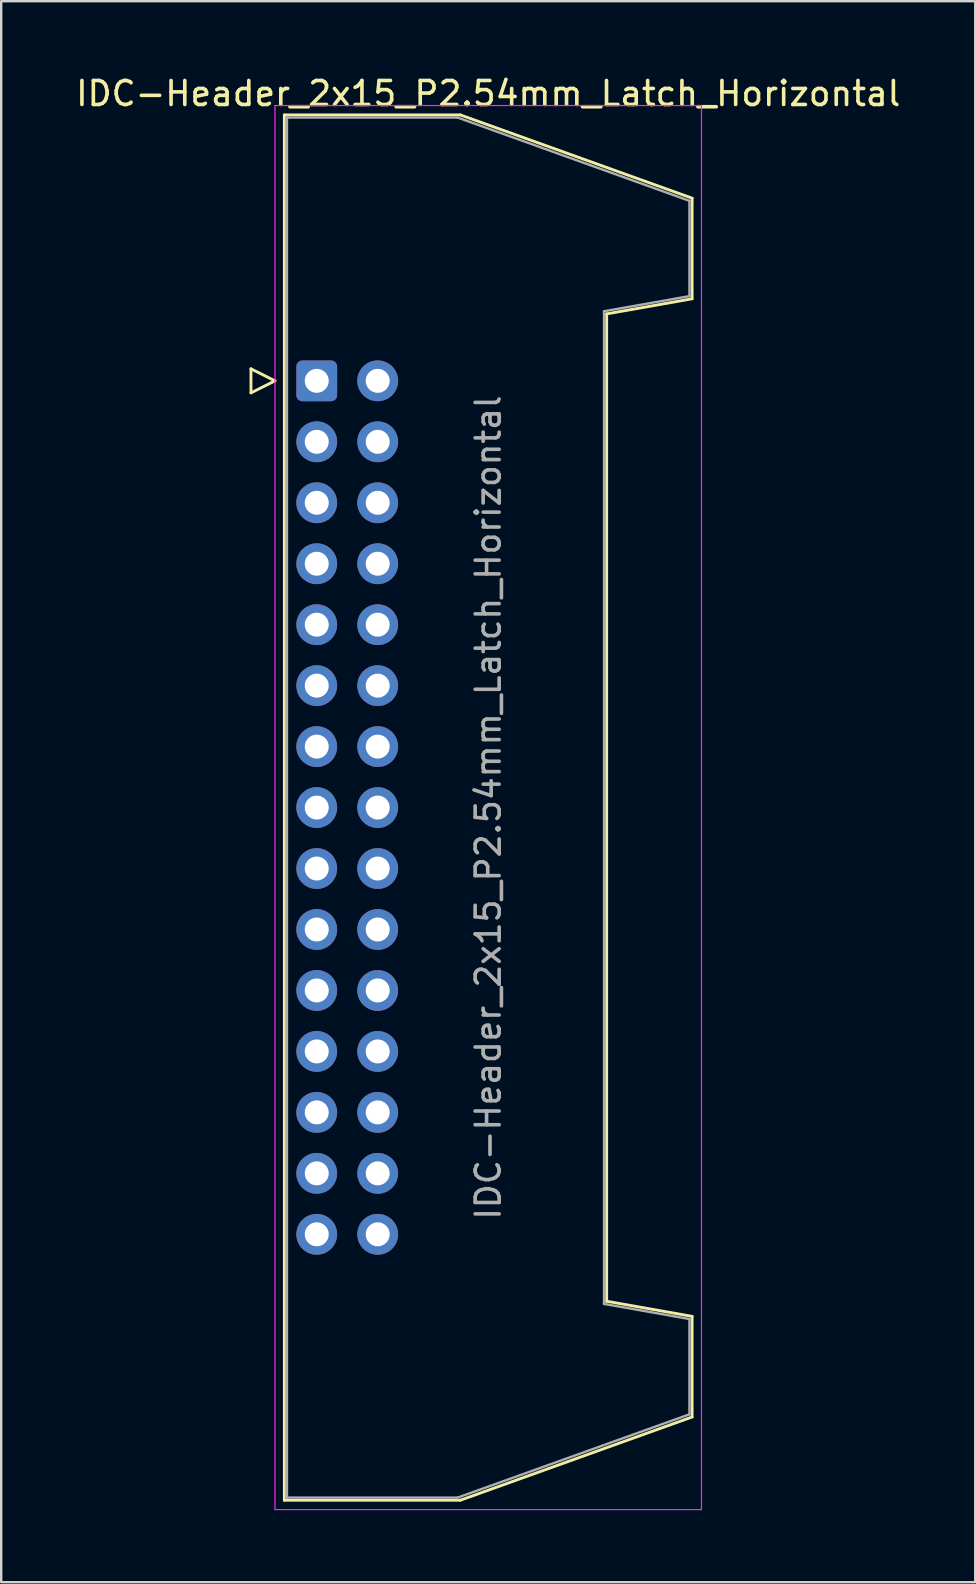
<source format=kicad_pcb>
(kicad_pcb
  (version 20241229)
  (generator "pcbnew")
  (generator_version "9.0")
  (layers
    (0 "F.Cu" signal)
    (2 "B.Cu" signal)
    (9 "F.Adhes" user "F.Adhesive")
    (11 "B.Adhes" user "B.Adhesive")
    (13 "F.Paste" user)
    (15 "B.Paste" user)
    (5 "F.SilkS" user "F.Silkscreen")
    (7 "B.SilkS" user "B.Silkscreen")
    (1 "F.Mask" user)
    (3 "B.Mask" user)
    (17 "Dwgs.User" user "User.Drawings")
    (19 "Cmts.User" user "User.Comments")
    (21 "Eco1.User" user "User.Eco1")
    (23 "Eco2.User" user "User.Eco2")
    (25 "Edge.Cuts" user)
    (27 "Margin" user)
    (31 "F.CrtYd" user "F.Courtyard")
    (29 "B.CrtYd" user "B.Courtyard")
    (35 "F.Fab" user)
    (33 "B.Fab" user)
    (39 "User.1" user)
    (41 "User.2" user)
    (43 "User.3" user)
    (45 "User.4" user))
  (footprint "IDC-Header_2x15_P2.54mm_Latch_Horizontal"
    (layer "F.Cu")
    (at 10.147 12.818)
    (property "Reference" "IDC-Header_2x15_P2.54mm_Latch_Horizontal" (at 7.145 -11.97 0) (layer "F.SilkS") (effects (font (size 1 1) (thickness 0.15))))
    (attr through_hole)
    (fp_line (start -2.74 -0.5) (end -2.74 0.5) (stroke (width 0.12) (type solid)) (layer "F.SilkS"))
    (fp_line (start -2.74 0.5) (end -1.74 0) (stroke (width 0.12) (type solid)) (layer "F.SilkS"))
    (fp_line (start -1.74 0) (end -2.74 -0.5) (stroke (width 0.12) (type solid)) (layer "F.SilkS"))
    (fp_line (start -1.35 -11.08) (end 5.98 -11.08) (stroke (width 0.12) (type solid)) (layer "F.SilkS"))
    (fp_line (start -1.35 46.64) (end -1.35 -11.08) (stroke (width 0.12) (type solid)) (layer "F.SilkS"))
    (fp_line (start 5.98 -11.08) (end 15.64 -7.61) (stroke (width 0.12) (type solid)) (layer "F.SilkS"))
    (fp_line (start 5.98 46.64) (end -1.35 46.64) (stroke (width 0.12) (type solid)) (layer "F.SilkS"))
    (fp_line (start 12.08 -2.79) (end 12.08 38.35) (stroke (width 0.12) (type solid)) (layer "F.SilkS"))
    (fp_line (start 12.08 38.35) (end 15.64 38.98) (stroke (width 0.12) (type solid)) (layer "F.SilkS"))
    (fp_line (start 15.64 -7.61) (end 15.64 -3.42) (stroke (width 0.12) (type solid)) (layer "F.SilkS"))
    (fp_line (start 15.64 -3.42) (end 12.08 -2.79) (stroke (width 0.12) (type solid)) (layer "F.SilkS"))
    (fp_line (start 15.64 38.98) (end 15.64 43.17) (stroke (width 0.12) (type solid)) (layer "F.SilkS"))
    (fp_line (start 15.64 43.17) (end 5.98 46.64) (stroke (width 0.12) (type solid)) (layer "F.SilkS"))
    (fp_line (start -1.74 -11.47) (end -1.74 47.03) (stroke (width 0.05) (type solid)) (layer "F.CrtYd"))
    (fp_line (start -1.74 47.03) (end 16.03 47.03) (stroke (width 0.05) (type solid)) (layer "F.CrtYd"))
    (fp_line (start 16.03 -11.47) (end -1.74 -11.47) (stroke (width 0.05) (type solid)) (layer "F.CrtYd"))
    (fp_line (start 16.03 47.03) (end 16.03 -11.47) (stroke (width 0.05) (type solid)) (layer "F.CrtYd"))
    (fp_line (start -1.24 -10.97) (end 5.87 -10.97) (stroke (width 0.1) (type solid)) (layer "F.Fab"))
    (fp_line (start -1.24 46.53) (end -1.24 -10.97) (stroke (width 0.1) (type solid)) (layer "F.Fab"))
    (fp_line (start 5.87 -10.97) (end 15.53 -7.5) (stroke (width 0.1) (type solid)) (layer "F.Fab"))
    (fp_line (start 5.87 46.53) (end -1.24 46.53) (stroke (width 0.1) (type solid)) (layer "F.Fab"))
    (fp_line (start 11.97 -2.9) (end 11.97 38.46) (stroke (width 0.1) (type solid)) (layer "F.Fab"))
    (fp_line (start 11.97 38.46) (end 15.53 39.09) (stroke (width 0.1) (type solid)) (layer "F.Fab"))
    (fp_line (start 15.53 -7.5) (end 15.53 -3.53) (stroke (width 0.1) (type solid)) (layer "F.Fab"))
    (fp_line (start 15.53 -3.53) (end 11.97 -2.9) (stroke (width 0.1) (type solid)) (layer "F.Fab"))
    (fp_line (start 15.53 39.09) (end 15.53 43.06) (stroke (width 0.1) (type solid)) (layer "F.Fab"))
    (fp_line (start 15.53 43.06) (end 5.87 46.53) (stroke (width 0.1) (type solid)) (layer "F.Fab"))
    (fp_text user "${REFERENCE}" (at 7.145 17.78 90) (layer "F.Fab") (effects (font (size 1 1) (thickness 0.15))))
    (pad "1" thru_hole roundrect (at 0 0) (size 1.7 1.7) (drill 1) (layers "*.Cu" "*.Mask") (roundrect_rratio 0.147))
    (pad "2" thru_hole circle (at 2.54 0) (size 1.7 1.7) (drill 1) (layers "*.Cu" "*.Mask"))
    (pad "3" thru_hole circle (at 0 2.54) (size 1.7 1.7) (drill 1) (layers "*.Cu" "*.Mask"))
    (pad "4" thru_hole circle (at 2.54 2.54) (size 1.7 1.7) (drill 1) (layers "*.Cu" "*.Mask"))
    (pad "5" thru_hole circle (at 0 5.08) (size 1.7 1.7) (drill 1) (layers "*.Cu" "*.Mask"))
    (pad "6" thru_hole circle (at 2.54 5.08) (size 1.7 1.7) (drill 1) (layers "*.Cu" "*.Mask"))
    (pad "7" thru_hole circle (at 0 7.62) (size 1.7 1.7) (drill 1) (layers "*.Cu" "*.Mask"))
    (pad "8" thru_hole circle (at 2.54 7.62) (size 1.7 1.7) (drill 1) (layers "*.Cu" "*.Mask"))
    (pad "9" thru_hole circle (at 0 10.16) (size 1.7 1.7) (drill 1) (layers "*.Cu" "*.Mask"))
    (pad "10" thru_hole circle (at 2.54 10.16) (size 1.7 1.7) (drill 1) (layers "*.Cu" "*.Mask"))
    (pad "11" thru_hole circle (at 0 12.7) (size 1.7 1.7) (drill 1) (layers "*.Cu" "*.Mask"))
    (pad "12" thru_hole circle (at 2.54 12.7) (size 1.7 1.7) (drill 1) (layers "*.Cu" "*.Mask"))
    (pad "13" thru_hole circle (at 0 15.24) (size 1.7 1.7) (drill 1) (layers "*.Cu" "*.Mask"))
    (pad "14" thru_hole circle (at 2.54 15.24) (size 1.7 1.7) (drill 1) (layers "*.Cu" "*.Mask"))
    (pad "15" thru_hole circle (at 0 17.78) (size 1.7 1.7) (drill 1) (layers "*.Cu" "*.Mask"))
    (pad "16" thru_hole circle (at 2.54 17.78) (size 1.7 1.7) (drill 1) (layers "*.Cu" "*.Mask"))
    (pad "17" thru_hole circle (at 0 20.32) (size 1.7 1.7) (drill 1) (layers "*.Cu" "*.Mask"))
    (pad "18" thru_hole circle (at 2.54 20.32) (size 1.7 1.7) (drill 1) (layers "*.Cu" "*.Mask"))
    (pad "19" thru_hole circle (at 0 22.86) (size 1.7 1.7) (drill 1) (layers "*.Cu" "*.Mask"))
    (pad "20" thru_hole circle (at 2.54 22.86) (size 1.7 1.7) (drill 1) (layers "*.Cu" "*.Mask"))
    (pad "21" thru_hole circle (at 0 25.4) (size 1.7 1.7) (drill 1) (layers "*.Cu" "*.Mask"))
    (pad "22" thru_hole circle (at 2.54 25.4) (size 1.7 1.7) (drill 1) (layers "*.Cu" "*.Mask"))
    (pad "23" thru_hole circle (at 0 27.94) (size 1.7 1.7) (drill 1) (layers "*.Cu" "*.Mask"))
    (pad "24" thru_hole circle (at 2.54 27.94) (size 1.7 1.7) (drill 1) (layers "*.Cu" "*.Mask"))
    (pad "25" thru_hole circle (at 0 30.48) (size 1.7 1.7) (drill 1) (layers "*.Cu" "*.Mask"))
    (pad "26" thru_hole circle (at 2.54 30.48) (size 1.7 1.7) (drill 1) (layers "*.Cu" "*.Mask"))
    (pad "27" thru_hole circle (at 0 33.02) (size 1.7 1.7) (drill 1) (layers "*.Cu" "*.Mask"))
    (pad "28" thru_hole circle (at 2.54 33.02) (size 1.7 1.7) (drill 1) (layers "*.Cu" "*.Mask"))
    (pad "29" thru_hole circle (at 0 35.56) (size 1.7 1.7) (drill 1) (layers "*.Cu" "*.Mask"))
    (pad "30" thru_hole circle (at 2.54 35.56) (size 1.7 1.7) (drill 1) (layers "*.Cu" "*.Mask")))
  (gr_rect
    (start -3 -3)
    (end 37.583 62.873)
    (stroke (width 0.1) (type default))
    (fill no)
    (layer "Edge.Cuts")))
</source>
